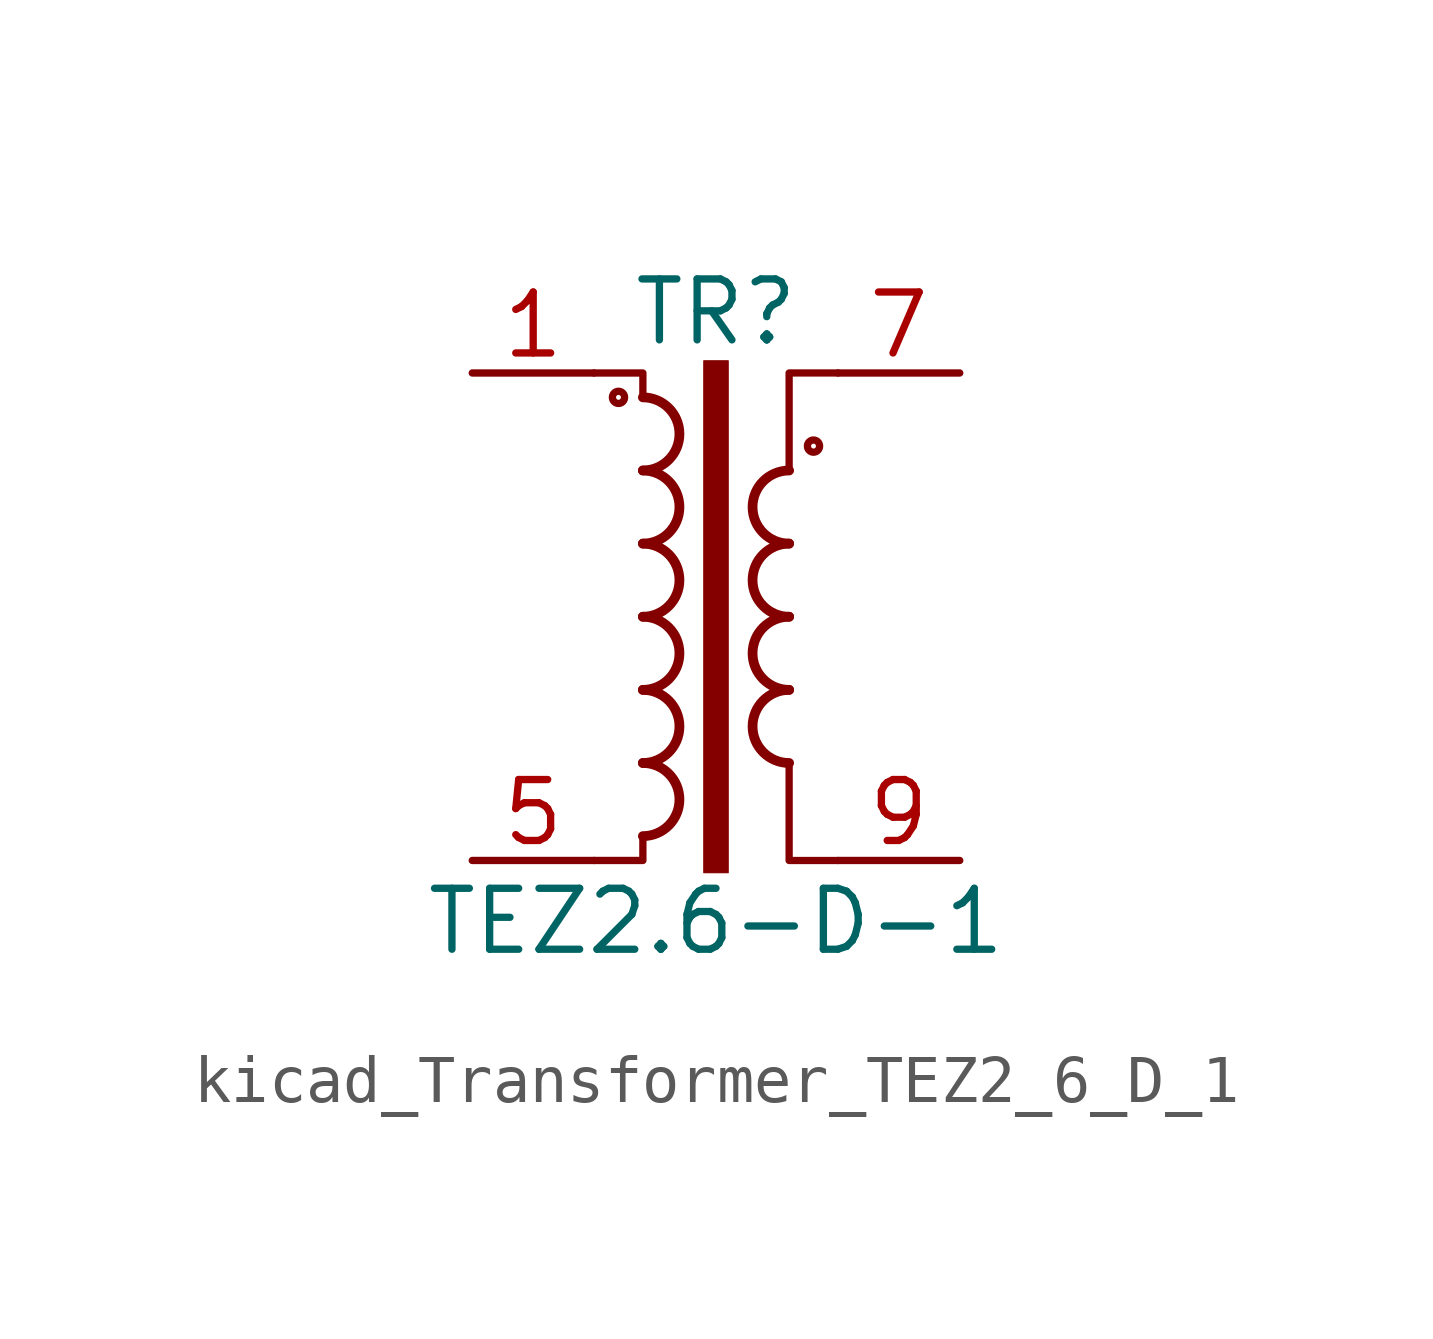
<source format=kicad_sym>
(kicad_symbol_lib
  (version 20220914)
  (generator kicad_symbol_editor)
  (symbol "kicad_Transformer_TEZ2_6_D_1"
    (pin_names
      (offset 0.025))
    (property "Reference" "TR"
      (at 0 6.35 0)
      (effects (font (size 1.27 1.27))))
    (property "Value" "TEZ2.6-D-1"
      (at 0 -6.35 0)
      (effects (font (size 1.27 1.27))))
    (symbol "kicad_Transformer_TEZ2_6_D_1_0_1"
      (circle (center -2.032 4.572) (radius 0.127) (stroke (width 0) (type default)) (fill (type none)))
      (arc (start -1.524 -4.572) (mid -0.7653 -3.81) (end -1.524 -3.048) (stroke (width 0.2032) (type default)) (fill (type none)))
      (arc (start -1.524 -3.048) (mid -0.7653 -2.286) (end -1.524 -1.524) (stroke (width 0.2032) (type default)) (fill (type none)))
      (arc (start -1.524 -1.524) (mid -0.7653 -0.762) (end -1.524 0) (stroke (width 0.2032) (type default)) (fill (type none)))
      (arc (start -1.524 0) (mid -0.7653 0.762) (end -1.524 1.524) (stroke (width 0.2032) (type default)) (fill (type none)))
      (arc (start -1.524 1.524) (mid -0.7653 2.286) (end -1.524 3.048) (stroke (width 0.2032) (type default)) (fill (type none)))
      (arc (start -1.524 3.048) (mid -0.7653 3.81) (end -1.524 4.572) (stroke (width 0.2032) (type default)) (fill (type none)))
      (rectangle (start -0.254 5.334) (end 0.254 -5.334) (stroke (width 0.025) (type default)) (fill (type outline)))
      (polyline (pts (xy -1.524 -4.572) (xy -1.524 -5.08) (xy -2.54 -5.08)) (stroke (width 0) (type default)) (fill (type none)))
      (polyline (pts (xy -1.524 4.572) (xy -1.524 5.08) (xy -2.54 5.08)) (stroke (width 0) (type default)) (fill (type none)))
      (polyline (pts (xy 1.524 3.048) (xy 1.524 5.08) (xy 2.54 5.08) (xy 2.54 5.08)) (stroke (width 0.152) (type default)) (fill (type none)))
      (polyline (pts (xy 2.54 -5.08) (xy 1.524 -5.08) (xy 1.524 -3.048) (xy 1.524 -3.048)) (stroke (width 0.152) (type default)) (fill (type none)))
      (arc (start 1.524 -1.524) (mid 0.7653 -2.286) (end 1.524 -3.048) (stroke (width 0.2032) (type default)) (fill (type none)))
      (arc (start 1.524 0) (mid 0.7653 -0.762) (end 1.524 -1.524) (stroke (width 0.2032) (type default)) (fill (type none)))
      (arc (start 1.524 1.524) (mid 0.7653 0.762) (end 1.524 0) (stroke (width 0.2032) (type default)) (fill (type none)))
      (arc (start 1.524 3.048) (mid 0.7653 2.286) (end 1.524 1.524) (stroke (width 0.2032) (type default)) (fill (type none)))
      (circle (center 2.032 3.556) (radius 0.127) (stroke (width 0) (type default)) (fill (type none))))
    (symbol "kicad_Transformer_TEZ2_6_D_1_1_1"
      (pin passive line (at -5.08 5.08 0) (length 2.54) (name "~" (effects (font (size 1.27 1.27)))) (number "1" (effects (font (size 1.27 1.27)))))
      (pin passive line (at -5.08 -5.08 0) (length 2.54) (name "~" (effects (font (size 1.27 1.27)))) (number "5" (effects (font (size 1.27 1.27)))))
      (pin passive line (at 5.08 5.08 180) (length 2.54) (name "~" (effects (font (size 1.27 1.27)))) (number "7" (effects (font (size 1.27 1.27)))))
      (pin passive line (at 5.08 -5.08 180) (length 2.54) (name "~" (effects (font (size 1.27 1.27)))) (number "9" (effects (font (size 1.27 1.27))))))))
</source>
